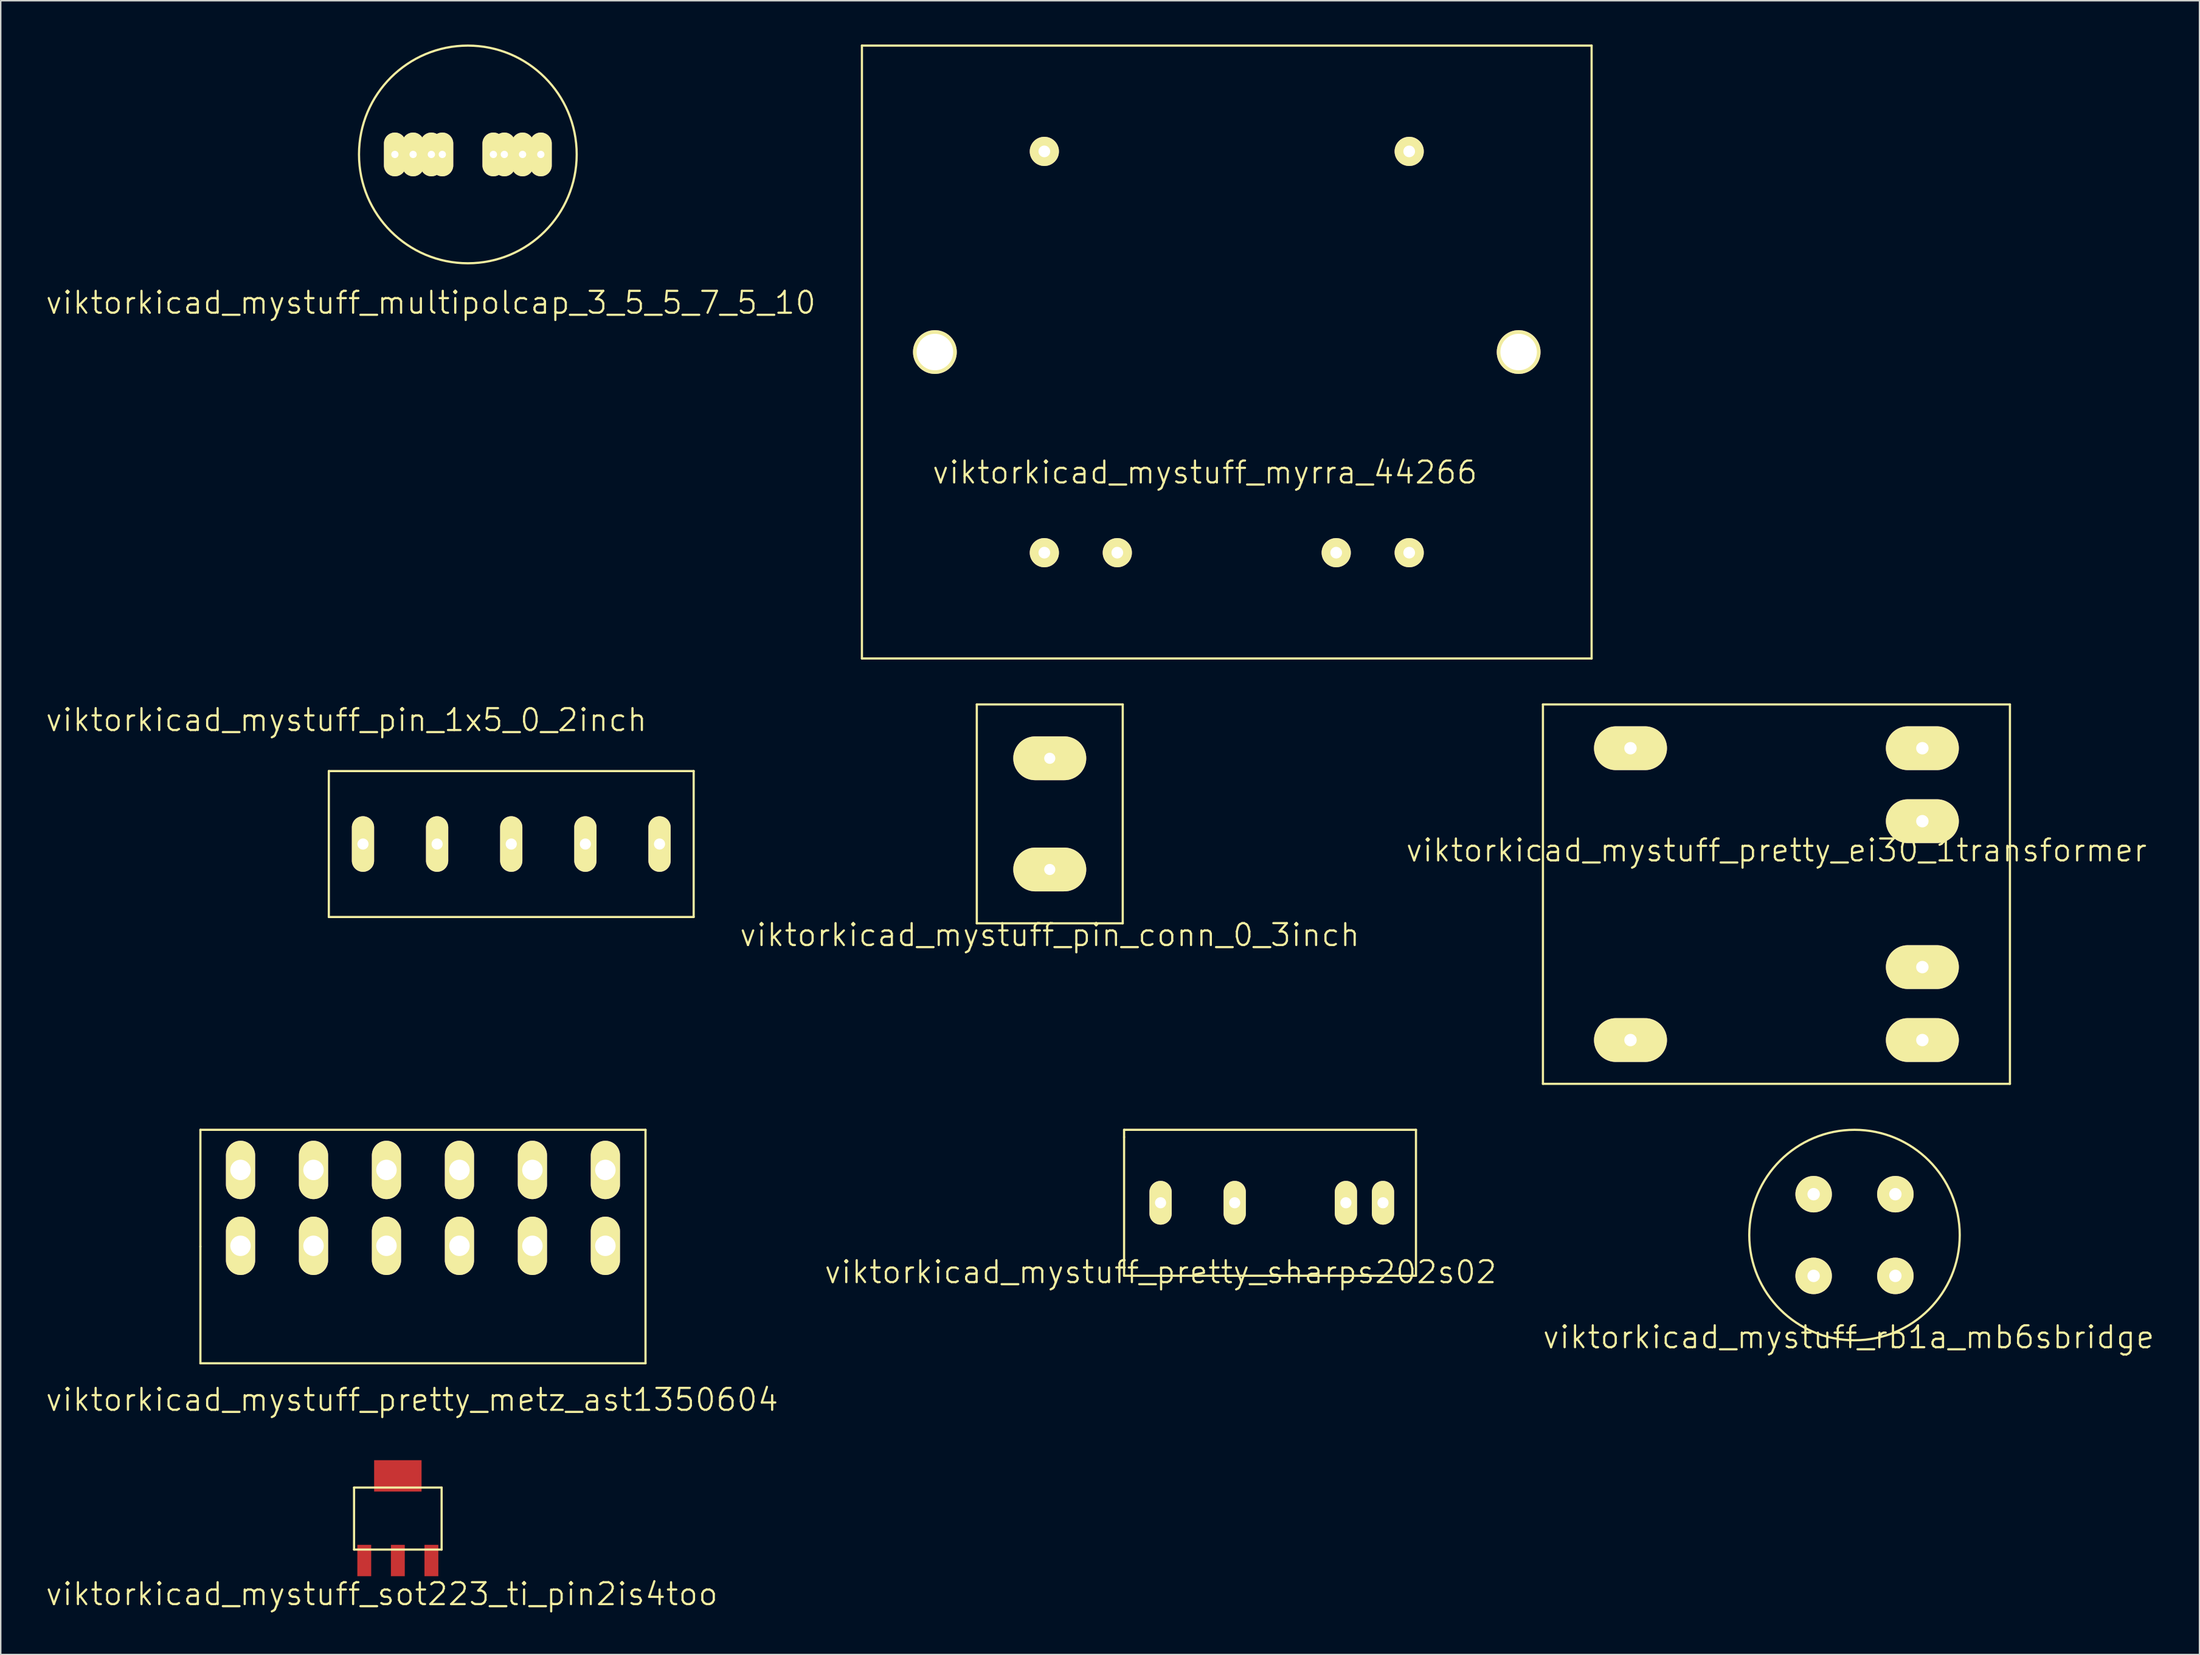
<source format=kicad_pcb>
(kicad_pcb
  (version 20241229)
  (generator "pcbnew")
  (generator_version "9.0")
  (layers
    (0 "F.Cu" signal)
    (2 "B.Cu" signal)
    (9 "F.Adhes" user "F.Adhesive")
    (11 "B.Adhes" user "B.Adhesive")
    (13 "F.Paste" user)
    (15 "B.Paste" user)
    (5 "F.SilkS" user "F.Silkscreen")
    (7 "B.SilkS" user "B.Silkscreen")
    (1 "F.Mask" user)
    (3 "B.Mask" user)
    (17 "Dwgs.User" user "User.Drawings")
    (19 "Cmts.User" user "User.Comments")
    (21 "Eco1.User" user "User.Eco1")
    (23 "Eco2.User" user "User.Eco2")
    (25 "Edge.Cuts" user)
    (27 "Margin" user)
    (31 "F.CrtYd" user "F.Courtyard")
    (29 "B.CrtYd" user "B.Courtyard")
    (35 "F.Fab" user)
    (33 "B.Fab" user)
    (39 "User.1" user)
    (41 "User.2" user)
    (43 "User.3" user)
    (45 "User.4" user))
  (footprint "viktorkicad_mystuff_myrra_44266"
    (layer "F.Cu")
    (at 81.011 21.075)
    (property "Reference" "viktorkicad_mystuff_myrra_44266" (at -1.5 8.25 0) (layer "F.SilkS") (effects (font (size 1.5 1.5) (thickness 0.15))))
    (attr through_hole)
    (fp_line (start -25 -21) (end -25 21) (stroke (width 0.15) (type solid)) (layer "F.SilkS"))
    (fp_line (start -25 21) (end 25 21) (stroke (width 0.15) (type solid)) (layer "F.SilkS"))
    (fp_line (start 25 -21) (end -25 -21) (stroke (width 0.15) (type solid)) (layer "F.SilkS"))
    (fp_line (start 25 21) (end 25 -21) (stroke (width 0.15) (type solid)) (layer "F.SilkS"))
    (pad "" np_thru_hole circle (at -20 0) (size 3 3) (drill 2.5) (layers "*.Cu" "*.Mask" "F.SilkS"))
    (pad "" np_thru_hole circle (at -12.5 13.75) (size 2 2) (drill 0.8) (layers "*.Cu" "*.Mask" "F.SilkS"))
    (pad "" np_thru_hole circle (at 12.5 13.75) (size 2 2) (drill 0.8) (layers "*.Cu" "*.Mask" "F.SilkS"))
    (pad "" np_thru_hole circle (at 20 0) (size 3 3) (drill 2.5) (layers "*.Cu" "*.Mask" "F.SilkS"))
    (pad "1" thru_hole circle (at -12.5 -13.75) (size 2 2) (drill 0.8) (layers "*.Cu" "*.Mask" "F.SilkS"))
    (pad "2" thru_hole circle (at 12.5 -13.75) (size 2 2) (drill 0.8) (layers "*.Cu" "*.Mask" "F.SilkS"))
    (pad "3" thru_hole circle (at -7.5 13.75) (size 2 2) (drill 0.8) (layers "*.Cu" "*.Mask" "F.SilkS"))
    (pad "4" thru_hole circle (at 7.5 13.75) (size 2 2) (drill 0.8) (layers "*.Cu" "*.Mask" "F.SilkS")))
  (footprint "viktorkicad_mystuff_sot223_ti_pin2is4too"
    (layer "F.Cu")
    (at 24.211 103.891)
    (property "Reference" "viktorkicad_mystuff_sot223_ti_pin2is4too" (at -1.1 2.3 0) (layer "F.SilkS") (effects (font (size 1.5 1.5) (thickness 0.15))))
    (attr through_hole)
    (fp_line (start -3 -5) (end 3 -5) (stroke (width 0.15) (type solid)) (layer "F.SilkS"))
    (fp_line (start -3 -0.75) (end -3 -5) (stroke (width 0.15) (type solid)) (layer "F.SilkS"))
    (fp_line (start 3 -5) (end 3 -0.75) (stroke (width 0.15) (type solid)) (layer "F.SilkS"))
    (fp_line (start 3 -0.75) (end -3 -0.75) (stroke (width 0.15) (type solid)) (layer "F.SilkS"))
    (pad "1" smd rect (at -2.3 0) (size 0.95 2.15) (layers "F.Cu" "F.Mask" "F.Paste"))
    (pad "2" smd rect (at 0 -5.8) (size 3.25 2.15) (layers "F.Cu" "F.Mask" "F.Paste"))
    (pad "2" smd rect (at 0 0) (size 0.95 2.15) (layers "F.Cu" "F.Mask" "F.Paste"))
    (pad "3" smd rect (at 2.3 0) (size 0.95 2.15) (layers "F.Cu" "F.Mask" "F.Paste")))
  (footprint "viktorkicad_mystuff_pretty_sharps202s02"
    (layer "F.Cu")
    (at 76.475 79.375)
    (property "Reference" "viktorkicad_mystuff_pretty_sharps202s02" (at 0 4.75 0) (layer "F.SilkS") (effects (font (size 1.5 1.5) (thickness 0.15))))
    (attr through_hole)
    (fp_line (start -2.5 -5) (end -2.5 -4.5) (stroke (width 0.15) (type solid)) (layer "F.SilkS"))
    (fp_line (start -2.5 -4.5) (end -2.5 5) (stroke (width 0.15) (type solid)) (layer "F.SilkS"))
    (fp_line (start -2.5 5) (end 17.5 5) (stroke (width 0.15) (type solid)) (layer "F.SilkS"))
    (fp_line (start 17.5 -5) (end -2.5 -5) (stroke (width 0.15) (type solid)) (layer "F.SilkS"))
    (fp_line (start 17.5 5) (end 17.5 -5) (stroke (width 0.15) (type solid)) (layer "F.SilkS"))
    (pad "1" thru_hole oval (at 0 0) (size 1.524 3) (drill 0.762) (layers "*.Cu" "*.Mask" "F.SilkS"))
    (pad "2" thru_hole oval (at 5.08 0) (size 1.524 3) (drill 0.762) (layers "*.Cu" "*.Mask" "F.SilkS"))
    (pad "3" thru_hole oval (at 12.7 0) (size 1.524 3) (drill 0.762) (layers "*.Cu" "*.Mask" "F.SilkS"))
    (pad "4" thru_hole oval (at 15.24 0) (size 1.524 3) (drill 0.762) (layers "*.Cu" "*.Mask" "F.SilkS")))
  (footprint "viktorkicad_mystuff_pretty_metz_ast1350604"
    (layer "F.Cu")
    (at 25.932 82.375)
    (property "Reference" "viktorkicad_mystuff_pretty_metz_ast1350604" (at -0.75 10.5 0) (layer "F.SilkS") (effects (font (size 1.5 1.5) (thickness 0.15))))
    (attr through_hole)
    (fp_line (start -15.25 -8) (end 15.25 -8) (stroke (width 0.15) (type solid)) (layer "F.SilkS"))
    (fp_line (start -15.25 0) (end -15.25 -8) (stroke (width 0.15) (type solid)) (layer "F.SilkS"))
    (fp_line (start -15.25 8) (end -15.25 0) (stroke (width 0.15) (type solid)) (layer "F.SilkS"))
    (fp_line (start 15.25 -8) (end 15.25 8) (stroke (width 0.15) (type solid)) (layer "F.SilkS"))
    (fp_line (start 15.25 8) (end -15.25 8) (stroke (width 0.15) (type solid)) (layer "F.SilkS"))
    (pad "1" thru_hole oval (at -12.5 -5.25) (size 2 4) (drill 1.4) (layers "*.Cu" "*.Mask" "F.SilkS"))
    (pad "1" thru_hole oval (at -12.5 -0.05) (size 2 4) (drill 1.4) (layers "*.Cu" "*.Mask" "F.SilkS"))
    (pad "2" thru_hole oval (at -7.5 -5.25) (size 2 4) (drill 1.4) (layers "*.Cu" "*.Mask" "F.SilkS"))
    (pad "2" thru_hole oval (at -7.5 -0.05) (size 2 4) (drill 1.4) (layers "*.Cu" "*.Mask" "F.SilkS"))
    (pad "3" thru_hole oval (at -2.5 -5.25) (size 2 4) (drill 1.4) (layers "*.Cu" "*.Mask" "F.SilkS"))
    (pad "3" thru_hole oval (at -2.5 -0.05) (size 2 4) (drill 1.4) (layers "*.Cu" "*.Mask" "F.SilkS"))
    (pad "4" thru_hole oval (at 2.5 -5.25) (size 2 4) (drill 1.4) (layers "*.Cu" "*.Mask" "F.SilkS"))
    (pad "4" thru_hole oval (at 2.5 -0.05) (size 2 4) (drill 1.4) (layers "*.Cu" "*.Mask" "F.SilkS"))
    (pad "5" thru_hole oval (at 7.5 -5.25) (size 2 4) (drill 1.4) (layers "*.Cu" "*.Mask" "F.SilkS"))
    (pad "5" thru_hole oval (at 7.5 -0.05) (size 2 4) (drill 1.4) (layers "*.Cu" "*.Mask" "F.SilkS"))
    (pad "6" thru_hole oval (at 12.5 -5.25) (size 2 4) (drill 1.4) (layers "*.Cu" "*.Mask" "F.SilkS"))
    (pad "6" thru_hole oval (at 12.5 -0.05) (size 2 4) (drill 1.4) (layers "*.Cu" "*.Mask" "F.SilkS")))
  (footprint "viktorkicad_mystuff_pin_conn_0_3inch"
    (layer "F.Cu")
    (at 68.882 52.725)
    (property "Reference" "viktorkicad_mystuff_pin_conn_0_3inch" (at 0 8.3 0) (layer "F.SilkS") (effects (font (size 1.5 1.5) (thickness 0.15))))
    (attr through_hole)
    (fp_line (start -5 -7.5) (end 5 -7.5) (stroke (width 0.15) (type solid)) (layer "F.SilkS"))
    (fp_line (start -5 7.5) (end -5 -7.5) (stroke (width 0.15) (type solid)) (layer "F.SilkS"))
    (fp_line (start 5 -7.5) (end 5 7.5) (stroke (width 0.15) (type solid)) (layer "F.SilkS"))
    (fp_line (start 5 7.5) (end -5 7.5) (stroke (width 0.15) (type solid)) (layer "F.SilkS"))
    (pad "1" thru_hole oval (at 0 3.81) (size 5 3) (drill 0.762) (layers "*.Cu" "*.Mask" "F.SilkS"))
    (pad "2" thru_hole oval (at 0 -3.81) (size 5 3) (drill 0.762) (layers "*.Cu" "*.Mask" "F.SilkS")))
  (footprint "viktorkicad_mystuff_rb1a_mb6sbridge"
    (layer "F.Cu")
    (at 124.025 81.586)
    (property "Reference" "viktorkicad_mystuff_rb1a_mb6sbridge" (at -0.4 7 0) (layer "F.SilkS") (effects (font (size 1.5 1.5) (thickness 0.15))))
    (attr through_hole)
    (fp_circle (center 0 0) (end 4 6) (stroke (width 0.15) (type solid)) (fill no) (layer "F.SilkS"))
    (pad "1" thru_hole circle (at -2.8 2.8) (size 2.5 2.5) (drill 0.85) (layers "*.Cu" "*.Mask" "F.SilkS"))
    (pad "2" thru_hole circle (at 2.8 2.8) (size 2.5 2.5) (drill 0.85) (layers "*.Cu" "*.Mask" "F.SilkS"))
    (pad "3" thru_hole circle (at 2.8 -2.8) (size 2.5 2.5) (drill 0.85) (layers "*.Cu" "*.Mask" "F.SilkS"))
    (pad "4" thru_hole circle (at -2.8 -2.8) (size 2.5 2.5) (drill 0.85) (layers "*.Cu" "*.Mask" "F.SilkS")))
  (footprint "viktorkicad_mystuff_pin_1x5_0_2inch"
    (layer "F.Cu")
    (at 31.982 54.791)
    (property "Reference" "viktorkicad_mystuff_pin_1x5_0_2inch" (at -11.3 -8.5 0) (layer "F.SilkS") (effects (font (size 1.5 1.5) (thickness 0.15))))
    (attr through_hole)
    (fp_line (start -12.5 -5) (end -12.5 5) (stroke (width 0.15) (type solid)) (layer "F.SilkS"))
    (fp_line (start -12.5 5) (end 12.5 5) (stroke (width 0.15) (type solid)) (layer "F.SilkS"))
    (fp_line (start 12.5 -5) (end -12.5 -5) (stroke (width 0.15) (type solid)) (layer "F.SilkS"))
    (fp_line (start 12.5 5) (end 12.5 -5) (stroke (width 0.15) (type solid)) (layer "F.SilkS"))
    (pad "1" thru_hole oval (at -10.16 0) (size 1.524 3.81) (drill 0.762) (layers "*.Cu" "*.Mask" "F.SilkS"))
    (pad "2" thru_hole oval (at -5.08 0) (size 1.524 3.81) (drill 0.762) (layers "*.Cu" "*.Mask" "F.SilkS"))
    (pad "3" thru_hole oval (at 0 0) (size 1.524 3.81) (drill 0.762) (layers "*.Cu" "*.Mask" "F.SilkS"))
    (pad "4" thru_hole oval (at 5.08 0) (size 1.524 3.81) (drill 0.762) (layers "*.Cu" "*.Mask" "F.SilkS"))
    (pad "5" thru_hole oval (at 10.16 0) (size 1.524 3.81) (drill 0.762) (layers "*.Cu" "*.Mask" "F.SilkS")))
  (footprint "viktorkicad_mystuff_pretty_ei30_1transformer"
    (layer "F.Cu")
    (at 118.675 58.225)
    (property "Reference" "viktorkicad_mystuff_pretty_ei30_1transformer" (at 0 -3 0) (layer "F.SilkS") (effects (font (size 1.5 1.5) (thickness 0.15))))
    (attr through_hole)
    (fp_line (start -16 -13) (end 16 -13) (stroke (width 0.15) (type solid)) (layer "F.SilkS"))
    (fp_line (start -16 13) (end -16 -13) (stroke (width 0.15) (type solid)) (layer "F.SilkS"))
    (fp_line (start -16 13) (end 16 13) (stroke (width 0.15) (type solid)) (layer "F.SilkS"))
    (fp_line (start 16 -13) (end 16 13) (stroke (width 0.15) (type solid)) (layer "F.SilkS"))
    (pad "1" thru_hole oval (at -10 -10) (size 5 3) (drill 0.85) (layers "*.Cu" "*.Paste" "*.Mask" "F.SilkS"))
    (pad "2" thru_hole oval (at -10 10) (size 5 3) (drill 0.85) (layers "*.Cu" "*.Paste" "*.Mask" "F.SilkS"))
    (pad "3" thru_hole oval (at 10 -10) (size 5 3) (drill 0.85) (layers "*.Cu" "*.Paste" "*.Mask" "F.SilkS"))
    (pad "3" thru_hole oval (at 10 -5) (size 5 3) (drill 0.85) (layers "*.Cu" "*.Paste" "*.Mask" "F.SilkS"))
    (pad "4" thru_hole oval (at 10 5) (size 5 3) (drill 0.85) (layers "*.Cu" "*.Paste" "*.Mask" "F.SilkS"))
    (pad "4" thru_hole oval (at 10 10) (size 5 3) (drill 0.85) (layers "*.Cu" "*.Paste" "*.Mask" "F.SilkS")))
  (footprint "viktorkicad_mystuff_multipolcap_3_5_5_7_5_10"
    (layer "F.Cu")
    (at 29.008 7.533)
    (property "Reference" "viktorkicad_mystuff_multipolcap_3_5_5_7_5_10" (at -2.54 10.16 0) (layer "F.SilkS") (effects (font (size 1.5 1.5) (thickness 0.15))))
    (attr through_hole)
    (fp_circle (center 0 0) (end 5.75 4.75) (stroke (width 0.15) (type solid)) (fill no) (layer "F.SilkS"))
    (pad "1" thru_hole oval (at -5 0) (size 1.5 3) (drill 0.5) (layers "*.Cu" "*.Mask" "F.SilkS"))
    (pad "1" thru_hole oval (at -3.75 0) (size 1.5 3) (drill 0.5) (layers "*.Cu" "*.Mask" "F.SilkS"))
    (pad "1" thru_hole oval (at -2.5 0) (size 1.5 3) (drill 0.5) (layers "*.Cu" "*.Mask" "F.SilkS"))
    (pad "1" thru_hole oval (at -1.75 0) (size 1.5 3) (drill 0.5) (layers "*.Cu" "*.Mask" "F.SilkS"))
    (pad "2" thru_hole oval (at 1.75 0) (size 1.5 3) (drill 0.5) (layers "*.Cu" "*.Mask" "F.SilkS"))
    (pad "2" thru_hole oval (at 2.5 0) (size 1.5 3) (drill 0.5) (layers "*.Cu" "*.Mask" "F.SilkS"))
    (pad "2" thru_hole oval (at 3.75 0) (size 1.5 3) (drill 0.5) (layers "*.Cu" "*.Mask" "F.SilkS"))
    (pad "2" thru_hole oval (at 5 0) (size 1.5 3) (drill 0.5) (layers "*.Cu" "*.Mask" "F.SilkS")))
  (gr_rect
    (start -3 -3)
    (end 147.664 110.332)
    (stroke (width 0.1) (type default))
    (fill no)
    (layer "Edge.Cuts")))
</source>
